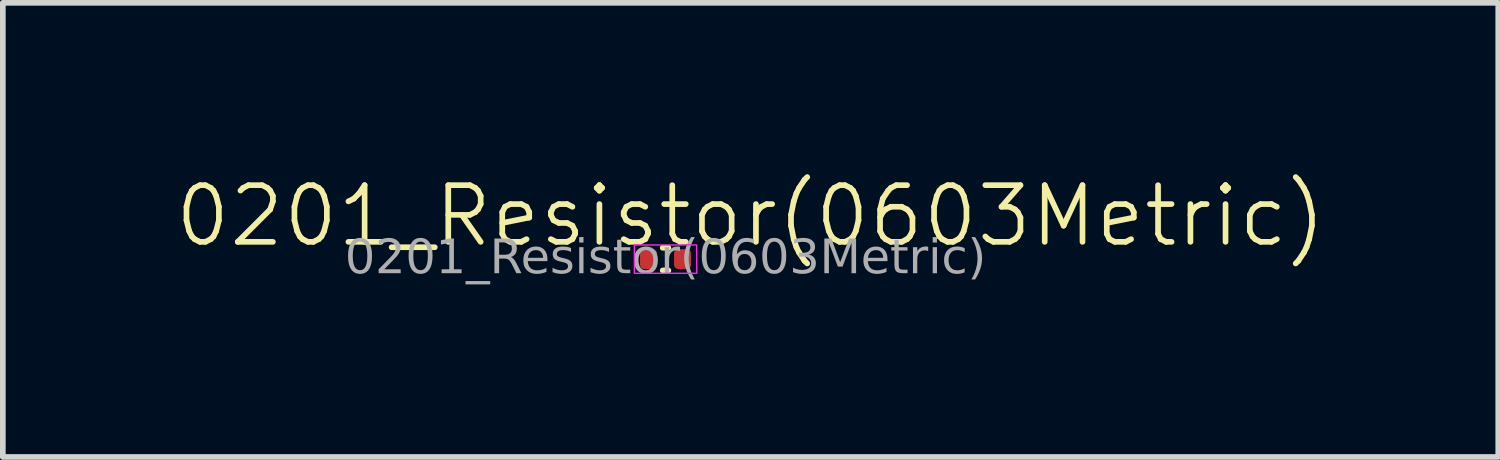
<source format=kicad_pcb>
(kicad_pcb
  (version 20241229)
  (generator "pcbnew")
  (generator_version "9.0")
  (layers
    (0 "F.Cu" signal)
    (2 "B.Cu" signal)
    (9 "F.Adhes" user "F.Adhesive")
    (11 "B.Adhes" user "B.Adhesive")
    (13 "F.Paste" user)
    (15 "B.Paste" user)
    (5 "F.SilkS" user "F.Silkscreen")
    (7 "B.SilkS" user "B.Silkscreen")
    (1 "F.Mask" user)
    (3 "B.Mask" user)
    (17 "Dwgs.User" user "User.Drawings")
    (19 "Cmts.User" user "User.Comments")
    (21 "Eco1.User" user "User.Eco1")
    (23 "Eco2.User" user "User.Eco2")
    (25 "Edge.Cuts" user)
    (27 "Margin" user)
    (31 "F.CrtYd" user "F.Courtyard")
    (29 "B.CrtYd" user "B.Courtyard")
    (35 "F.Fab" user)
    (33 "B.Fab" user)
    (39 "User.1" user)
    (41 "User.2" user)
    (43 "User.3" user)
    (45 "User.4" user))
  (footprint "0201_Resistor(0603Metric)"
    (layer "F.Cu")
    (at 8.693 1.522)
    (property "Reference" "0201_Resistor(0603Metric)" (at 1.5 -0.762 0) (unlocked yes) (layer "F.SilkS") (effects (font (size 1 1) (thickness 0.1))))
    (attr smd)
    (fp_line (start -0.05 -0.2) (end 0.05 -0.2) (stroke (width 0.1) (type default)) (layer "F.SilkS"))
    (fp_line (start -0.05 0.2) (end 0.05 0.2) (stroke (width 0.1) (type default)) (layer "F.SilkS"))
    (fp_rect (start -0.55 -0.25) (end 0.55 0.25) (stroke (width 0.025) (type default)) (fill no) (layer "F.CrtYd"))
    (fp_text user "${REFERENCE}" (at 0 0 0) (unlocked yes) (layer "F.Fab") (effects (font (face "Arial") (size 0.6 0.6) (thickness 0.125))))
    (pad "1" smd roundrect (at -0.3 0 90) (size 0.35 0.3) (layers "F.Cu" "F.Mask" "F.Paste") (roundrect_rratio 0.25))
    (pad "2" smd roundrect (at 0.3 0 90) (size 0.35 0.3) (layers "F.Cu" "F.Mask" "F.Paste") (roundrect_rratio 0.25)))
  (gr_rect
    (start -3 -3)
    (end 23.386 5.013)
    (stroke (width 0.1) (type default))
    (fill no)
    (layer "Edge.Cuts")))
</source>
